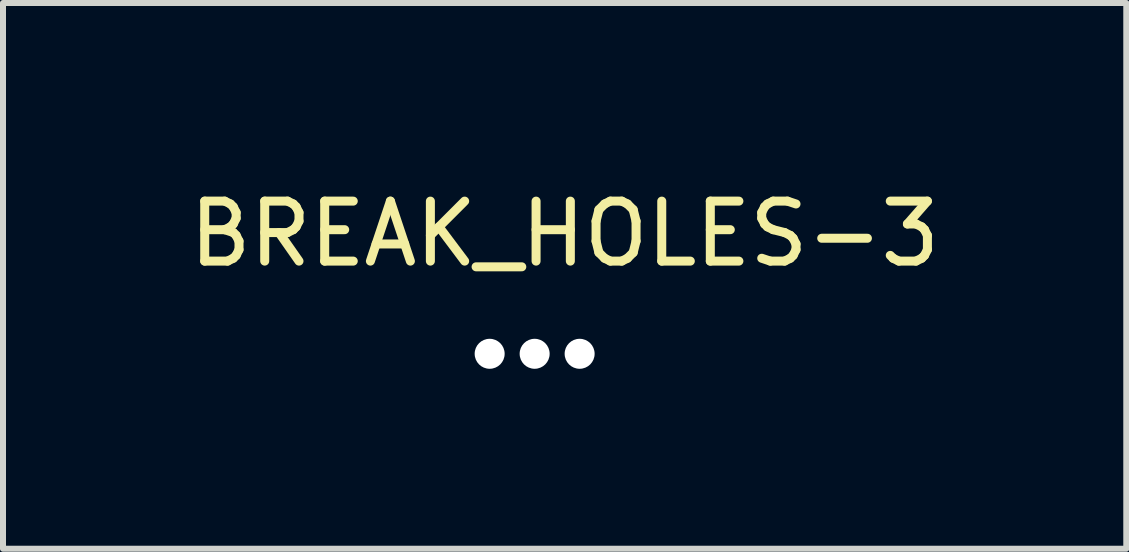
<source format=kicad_pcb>
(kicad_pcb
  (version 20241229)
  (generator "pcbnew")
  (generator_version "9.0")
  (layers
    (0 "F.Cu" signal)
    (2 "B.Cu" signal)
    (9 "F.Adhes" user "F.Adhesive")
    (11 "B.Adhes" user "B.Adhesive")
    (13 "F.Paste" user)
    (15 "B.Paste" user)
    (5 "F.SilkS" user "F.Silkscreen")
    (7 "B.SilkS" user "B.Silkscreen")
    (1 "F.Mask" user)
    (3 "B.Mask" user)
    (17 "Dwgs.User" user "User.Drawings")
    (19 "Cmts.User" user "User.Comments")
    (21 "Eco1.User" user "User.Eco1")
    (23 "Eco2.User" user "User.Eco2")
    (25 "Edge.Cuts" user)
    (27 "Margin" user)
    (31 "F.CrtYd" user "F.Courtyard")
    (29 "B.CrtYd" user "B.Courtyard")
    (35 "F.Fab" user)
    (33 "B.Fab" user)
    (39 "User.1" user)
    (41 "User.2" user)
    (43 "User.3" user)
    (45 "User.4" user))
  (footprint "BREAK_HOLES-3"
    (layer "F.Cu")
    (at 5.863 2.848)
    (property "Reference" "BREAK_HOLES-3" (at 0.5 -2 0) (layer "F.SilkS") (effects (font (size 1 1) (thickness 0.15))))
    (attr through_hole)
    (pad "" np_thru_hole circle (at -0.75 0) (size 0.5 0.5) (drill 0.5) (layers "*.Cu"))
    (pad "" np_thru_hole circle (at 0 0) (size 0.5 0.5) (drill 0.5) (layers "*.Cu"))
    (pad "" np_thru_hole circle (at 0.75 0) (size 0.5 0.5) (drill 0.5) (layers "*.Cu")))
  (gr_rect
    (start -3 -3)
    (end 15.726 6.098)
    (stroke (width 0.1) (type default))
    (fill no)
    (layer "Edge.Cuts")))
</source>
